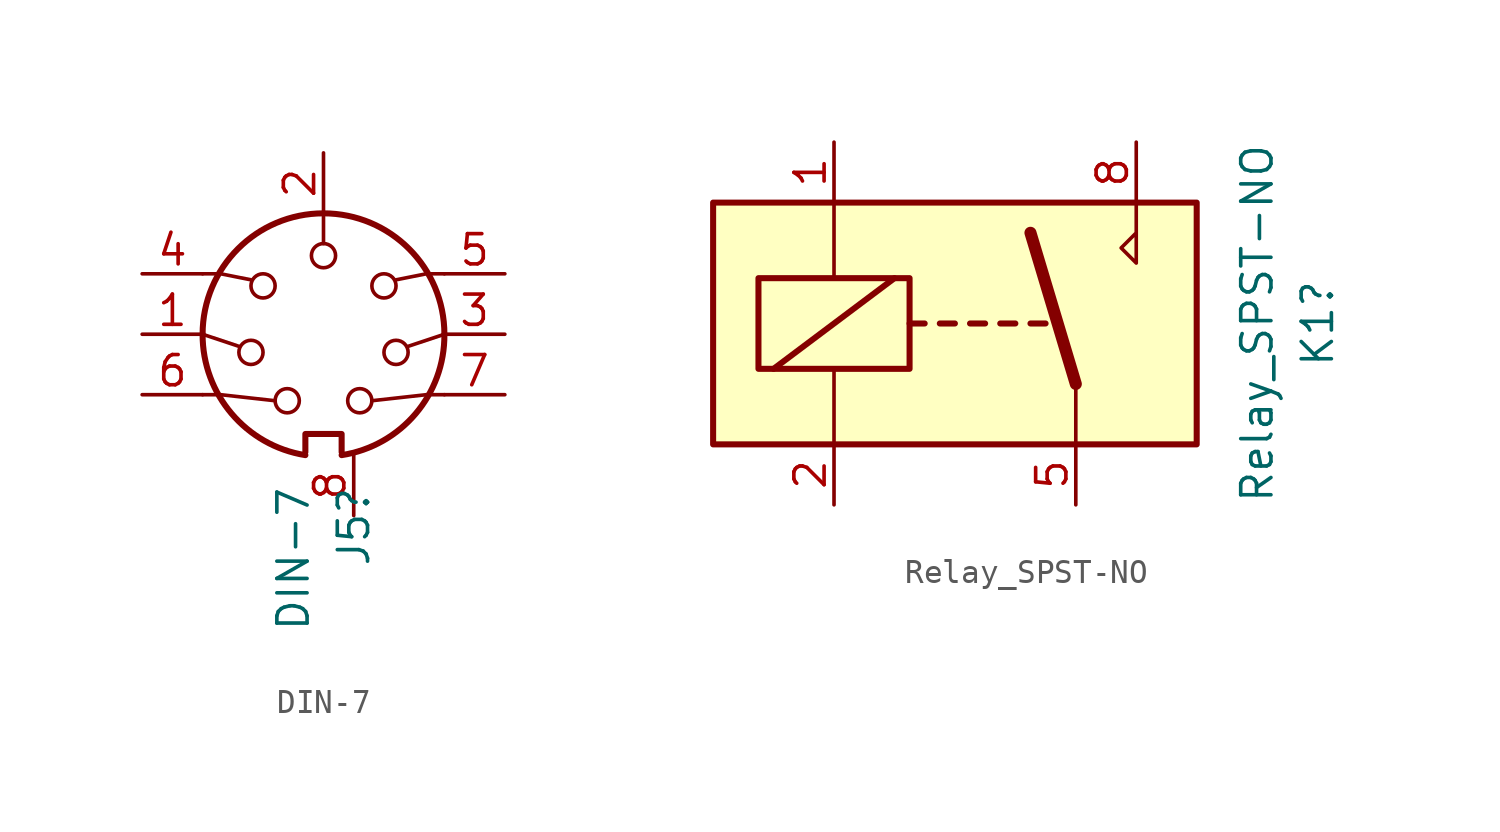
<source format=kicad_sym>
(kicad_symbol_lib
  (version 20241209)
  (generator "kicad_symbol_editor")
  (generator_version "9.0")
  (symbol "DIN-7"
    (pin_names
      (offset 1.016))
    (property "Reference" "J5"
      (at 1.27 -6.35 90)
      (effects (font (size 1.27 1.27)) (justify right)))
    (property "Value" "DIN-7"
      (at -1.27 -6.35 90)
      (effects (font (size 1.27 1.27)) (justify right)))
    (symbol "DIN-7_0_1"
      (polyline (pts (xy -5.08 2.54) (xy -4.318 2.54) (xy -3.048 2.286)) (stroke (width 0) (type default)) (fill (type none)))
      (polyline (pts (xy -5.08 0) (xy -3.556 -0.508)) (stroke (width 0) (type default)) (fill (type none)))
      (polyline (pts (xy -5.08 -2.54) (xy -4.318 -2.54) (xy -2.032 -2.794)) (stroke (width 0) (type default)) (fill (type none)))
      (circle (center -3.048 -0.762) (radius 0.508) (stroke (width 0) (type default)) (fill (type none)))
      (circle (center -2.54 2.032) (radius 0.508) (stroke (width 0) (type default)) (fill (type none)))
      (circle (center -1.524 -2.794) (radius 0.508) (stroke (width 0) (type default)) (fill (type none)))
      (polyline (pts (xy -0.762 -4.953) (xy -0.762 -4.191) (xy 0.762 -4.191) (xy 0.762 -4.953)) (stroke (width 0.254) (type default)) (fill (type none)))
      (arc (start 5.08 0) (mid 3.8673 -3.3444) (end 0.762 -5.08) (stroke (width 0.254) (type default)) (fill (type none)))
      (polyline (pts (xy 0 5.08) (xy 0 3.81)) (stroke (width 0) (type default)) (fill (type none)))
      (circle (center 0 3.302) (radius 0.508) (stroke (width 0) (type default)) (fill (type none)))
      (arc (start -5.08 0) (mid 0 5.0579) (end 5.08 0) (stroke (width 0.254) (type default)) (fill (type none)))
      (arc (start -0.762 -5.08) (mid -3.8597 -3.3379) (end -5.08 0) (stroke (width 0.254) (type default)) (fill (type none)))
      (circle (center 1.524 -2.794) (radius 0.508) (stroke (width 0) (type default)) (fill (type none)))
      (circle (center 2.54 2.032) (radius 0.508) (stroke (width 0) (type default)) (fill (type none)))
      (circle (center 3.048 -0.762) (radius 0.508) (stroke (width 0) (type default)) (fill (type none)))
      (polyline (pts (xy 5.08 2.54) (xy 4.318 2.54) (xy 3.048 2.286)) (stroke (width 0) (type default)) (fill (type none)))
      (polyline (pts (xy 5.08 0) (xy 3.556 -0.508)) (stroke (width 0) (type default)) (fill (type none)))
      (polyline (pts (xy 5.08 -2.54) (xy 4.318 -2.54) (xy 2.032 -2.794)) (stroke (width 0) (type default)) (fill (type none))))
    (symbol "DIN-7_1_1"
      (pin passive line (at -7.62 2.54 0) (length 2.54) (name "~" (effects (font (size 1.27 1.27)))) (number "4" (effects (font (size 1.27 1.27)))))
      (pin passive line (at -7.62 0 0) (length 2.54) (name "~" (effects (font (size 1.27 1.27)))) (number "1" (effects (font (size 1.27 1.27)))))
      (pin passive line (at -7.62 -2.54 0) (length 2.54) (name "~" (effects (font (size 1.27 1.27)))) (number "6" (effects (font (size 1.27 1.27)))))
      (pin passive line (at 0 7.62 270) (length 2.54) (name "~" (effects (font (size 1.27 1.27)))) (number "2" (effects (font (size 1.27 1.27)))))
      (pin passive line (at 1.27 -7.62 90) (length 2.54) (name "GND" (effects (font (size 0 0)))) (number "8" (effects (font (size 1.27 1.27)))))
      (pin passive line (at 7.62 2.54 180) (length 2.54) (name "~" (effects (font (size 1.27 1.27)))) (number "5" (effects (font (size 1.27 1.27)))))
      (pin passive line (at 7.62 0 180) (length 2.54) (name "~" (effects (font (size 1.27 1.27)))) (number "3" (effects (font (size 1.27 1.27)))))
      (pin passive line (at 7.62 -2.54 180) (length 2.54) (name "~" (effects (font (size 1.27 1.27)))) (number "7" (effects (font (size 1.27 1.27)))))))
  (symbol "Relay_SPST-NO"
    (property "Reference" "K1"
      (at 15.24 0 90)
      (effects (font (size 1.27 1.27))))
    (property "Value" "Relay_SPST-NO"
      (at 12.7 0 90)
      (effects (font (size 1.27 1.27))))
    (symbol "Relay_SPST-NO_0_0"
      (polyline (pts (xy 7.62 5.08) (xy 7.62 2.54) (xy 6.985 3.175) (xy 7.62 3.81)) (stroke (width 0) (type default)) (fill (type none))))
    (symbol "Relay_SPST-NO_0_1"
      (rectangle (start -10.16 5.08) (end 10.16 -5.08) (stroke (width 0.254) (type default)) (fill (type background)))
      (rectangle (start -8.255 1.905) (end -1.905 -1.905) (stroke (width 0.254) (type default)) (fill (type none)))
      (polyline (pts (xy -7.62 -1.905) (xy -2.54 1.905)) (stroke (width 0.254) (type default)) (fill (type none)))
      (polyline (pts (xy -5.08 5.08) (xy -5.08 1.905)) (stroke (width 0) (type default)) (fill (type none)))
      (polyline (pts (xy -5.08 -5.08) (xy -5.08 -1.905)) (stroke (width 0) (type default)) (fill (type none)))
      (polyline (pts (xy -1.905 0) (xy -1.27 0)) (stroke (width 0.254) (type default)) (fill (type none)))
      (polyline (pts (xy -0.635 0) (xy 0 0)) (stroke (width 0.254) (type default)) (fill (type none)))
      (polyline (pts (xy 0.635 0) (xy 1.27 0)) (stroke (width 0.254) (type default)) (fill (type none)))
      (polyline (pts (xy 1.905 0) (xy 2.54 0)) (stroke (width 0.254) (type default)) (fill (type none)))
      (polyline (pts (xy 3.175 0) (xy 3.81 0)) (stroke (width 0.254) (type default)) (fill (type none)))
      (polyline (pts (xy 5.08 -2.54) (xy 3.175 3.81)) (stroke (width 0.508) (type default)) (fill (type none)))
      (polyline (pts (xy 5.08 -2.54) (xy 5.08 -5.08)) (stroke (width 0) (type default)) (fill (type none))))
    (symbol "Relay_SPST-NO_1_1"
      (pin passive line (at -5.08 7.62 270) (length 2.54) (name "~" (effects (font (size 1.27 1.27)))) (number "1" (effects (font (size 1.27 1.27)))))
      (pin passive line (at -5.08 -7.62 90) (length 2.54) (name "~" (effects (font (size 1.27 1.27)))) (number "2" (effects (font (size 1.27 1.27)))))
      (pin passive line (at 5.08 -7.62 90) (length 2.54) (name "~" (effects (font (size 1.27 1.27)))) (number "5" (effects (font (size 1.27 1.27)))))
      (pin passive line (at 7.62 7.62 270) (length 2.54) (name "~" (effects (font (size 1.27 1.27)))) (number "8" (effects (font (size 1.27 1.27))))))))
</source>
